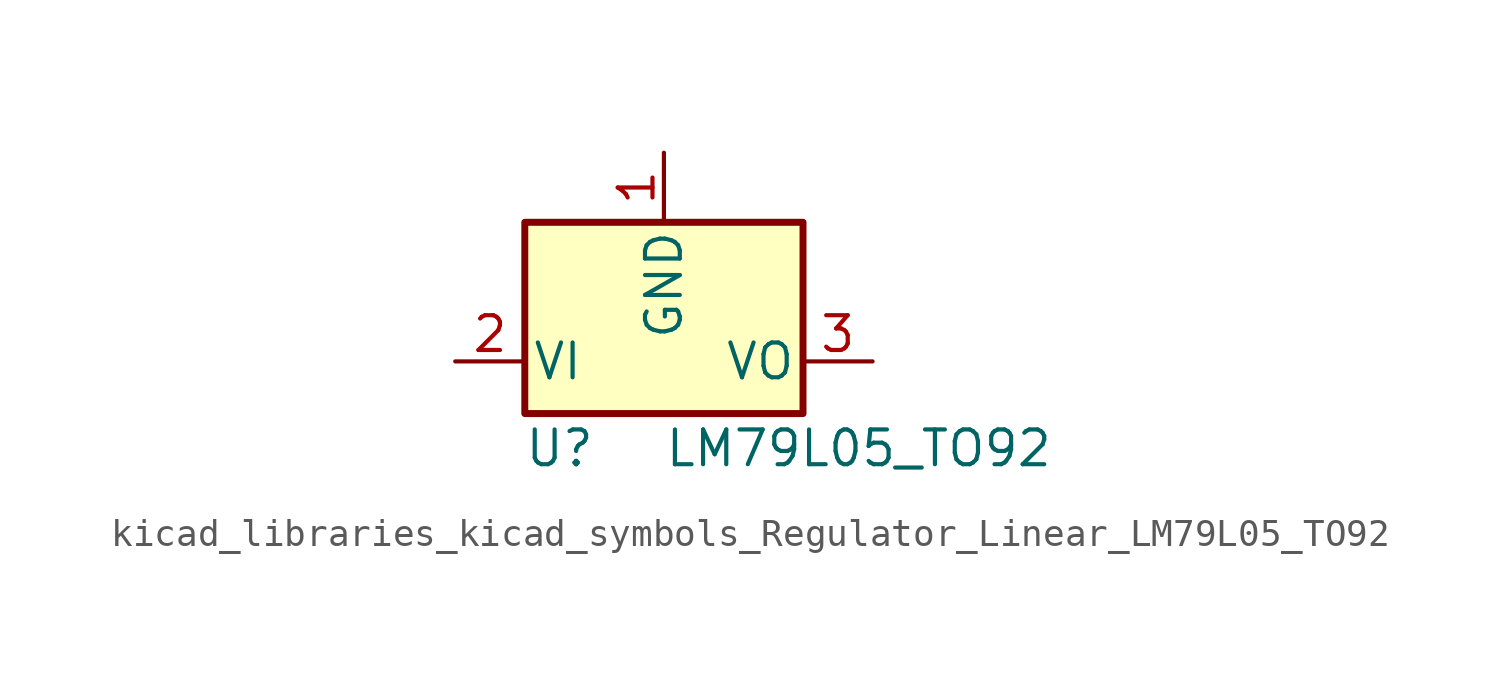
<source format=kicad_sym>
(kicad_symbol_lib
  (version 20220914)
  (generator kicad_symbol_editor)
  (symbol "kicad_libraries_kicad_symbols_Regulator_Linear_LM79L05_TO92"
    (pin_names
      (offset 0.254))
    (property "Reference" "U"
      (at -3.81 -3.175 0)
      (effects (font (size 1.27 1.27))))
    (property "Value" "LM79L05_TO92"
      (at 0 -3.175 0)
      (effects (font (size 1.27 1.27)) (justify left)))
    (symbol "kicad_libraries_kicad_symbols_Regulator_Linear_LM79L05_TO92_0_1"
      (rectangle (start -5.08 5.08) (end 5.08 -1.905) (stroke (width 0.254) (type default)) (fill (type background))))
    (symbol "kicad_libraries_kicad_symbols_Regulator_Linear_LM79L05_TO92_1_1"
      (pin power_in line (at 0 7.62 270) (length 2.54) (name "GND" (effects (font (size 1.27 1.27)))) (number "1" (effects (font (size 1.27 1.27)))))
      (pin power_in line (at -7.62 0 0) (length 2.54) (name "VI" (effects (font (size 1.27 1.27)))) (number "2" (effects (font (size 1.27 1.27)))))
      (pin power_out line (at 7.62 0 180) (length 2.54) (name "VO" (effects (font (size 1.27 1.27)))) (number "3" (effects (font (size 1.27 1.27))))))))
</source>
